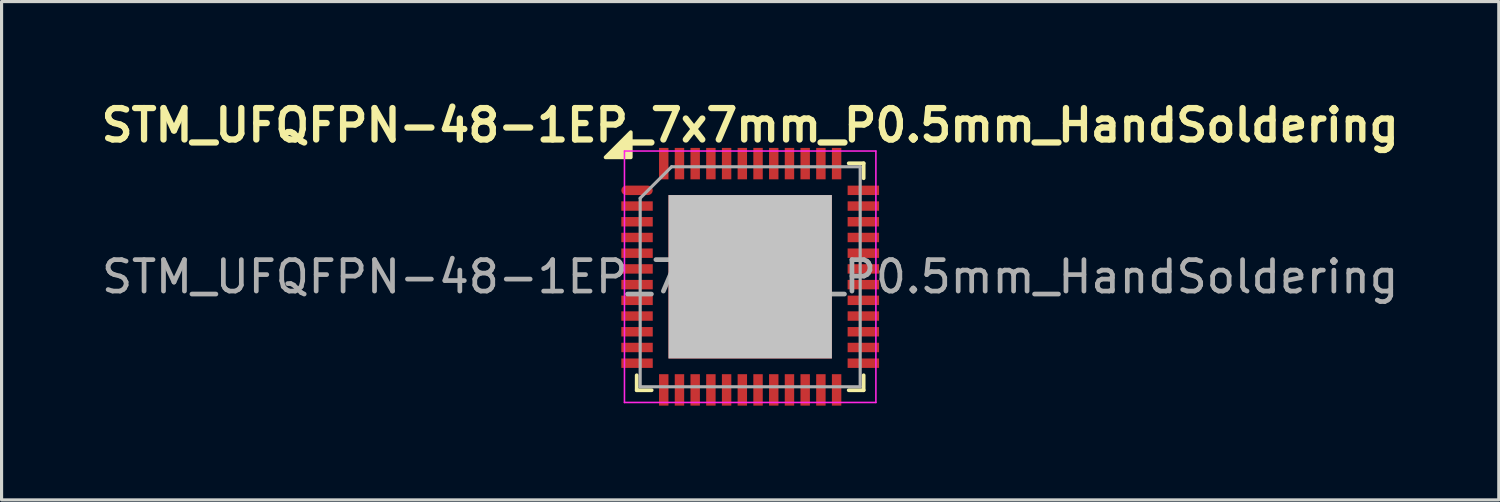
<source format=kicad_pcb>
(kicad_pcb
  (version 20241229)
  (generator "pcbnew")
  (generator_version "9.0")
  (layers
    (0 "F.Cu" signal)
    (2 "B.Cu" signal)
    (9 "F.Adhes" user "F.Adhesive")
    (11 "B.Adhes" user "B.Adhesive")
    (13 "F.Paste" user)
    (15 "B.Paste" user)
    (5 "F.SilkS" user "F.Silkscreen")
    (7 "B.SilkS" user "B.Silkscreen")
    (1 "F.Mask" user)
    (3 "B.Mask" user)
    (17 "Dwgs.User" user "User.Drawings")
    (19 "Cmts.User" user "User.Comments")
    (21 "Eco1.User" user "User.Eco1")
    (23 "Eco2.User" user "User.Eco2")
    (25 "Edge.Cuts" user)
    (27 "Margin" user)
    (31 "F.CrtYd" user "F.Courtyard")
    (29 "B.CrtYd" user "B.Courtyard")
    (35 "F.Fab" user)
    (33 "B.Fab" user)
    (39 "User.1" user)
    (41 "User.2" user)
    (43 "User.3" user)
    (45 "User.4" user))
  (footprint "STM_UFQFPN-48-1EP_7x7mm_P0.5mm_HandSoldering"
    (layer "F.Cu")
    (at 20.819 5.756)
    (property "Reference" "STM_UFQFPN-48-1EP_7x7mm_P0.5mm_HandSoldering" (at 0 -4.82 0) (layer "F.SilkS") (effects (font (size 1 1) (thickness 0.2))))
    (attr smd)
    (fp_line (start -3.61 3.61) (end -3.61 3.135) (stroke (width 0.12) (type solid)) (layer "F.SilkS"))
    (fp_line (start -3.135 3.61) (end -3.61 3.61) (stroke (width 0.12) (type solid)) (layer "F.SilkS"))
    (fp_line (start 3.135 -3.61) (end 3.61 -3.61) (stroke (width 0.12) (type solid)) (layer "F.SilkS"))
    (fp_line (start 3.135 3.61) (end 3.61 3.61) (stroke (width 0.12) (type solid)) (layer "F.SilkS"))
    (fp_line (start 3.61 -3.61) (end 3.61 -3.135) (stroke (width 0.12) (type solid)) (layer "F.SilkS"))
    (fp_line (start 3.61 3.61) (end 3.61 3.135) (stroke (width 0.12) (type solid)) (layer "F.SilkS"))
    (fp_poly (pts (xy -3.8 -3.8) (xy -4.6 -3.8) (xy -3.8 -4.6)) (stroke (width 0.12) (type solid)) (fill yes) (layer "F.SilkS"))
    (fp_line (start -4 -4) (end -4 4) (stroke (width 0.05) (type solid)) (layer "F.CrtYd"))
    (fp_line (start -4 4) (end 4 4) (stroke (width 0.05) (type solid)) (layer "F.CrtYd"))
    (fp_line (start 4 -4) (end -4 -4) (stroke (width 0.05) (type solid)) (layer "F.CrtYd"))
    (fp_line (start 4 4) (end 4 -4) (stroke (width 0.05) (type solid)) (layer "F.CrtYd"))
    (fp_line (start -3.5 -2.5) (end -2.5 -3.5) (stroke (width 0.1) (type solid)) (layer "F.Fab"))
    (fp_line (start -3.5 3.5) (end -3.5 -2.5) (stroke (width 0.1) (type solid)) (layer "F.Fab"))
    (fp_line (start -2.5 -3.5) (end 3.5 -3.5) (stroke (width 0.1) (type solid)) (layer "F.Fab"))
    (fp_line (start 3.5 -3.5) (end 3.5 3.5) (stroke (width 0.1) (type solid)) (layer "F.Fab"))
    (fp_line (start 3.5 3.5) (end -3.5 3.5) (stroke (width 0.1) (type solid)) (layer "F.Fab"))
    (fp_text user "${REFERENCE}" (at 0 0 0) (layer "F.Fab") (effects (font (size 1 1) (thickness 0.15))))
    (pad "" smd roundrect (at -2.04 -2.04) (size 1.1 1.1) (layers "F.Paste") (roundrect_rratio 0.227))
    (pad "" smd roundrect (at -2.04 -0.68) (size 1.1 1.1) (layers "F.Paste") (roundrect_rratio 0.227))
    (pad "" smd roundrect (at -2.04 0.68) (size 1.1 1.1) (layers "F.Paste") (roundrect_rratio 0.227))
    (pad "" smd roundrect (at -2.04 2.04) (size 1.1 1.1) (layers "F.Paste") (roundrect_rratio 0.227))
    (pad "" smd roundrect (at -0.68 -2.04) (size 1.1 1.1) (layers "F.Paste") (roundrect_rratio 0.227))
    (pad "" smd roundrect (at -0.68 -0.68) (size 1.1 1.1) (layers "F.Paste") (roundrect_rratio 0.227))
    (pad "" smd roundrect (at -0.68 0.68) (size 1.1 1.1) (layers "F.Paste") (roundrect_rratio 0.227))
    (pad "" smd roundrect (at -0.68 2.04) (size 1.1 1.1) (layers "F.Paste") (roundrect_rratio 0.227))
    (pad "" smd roundrect (at 0.68 -2.04) (size 1.1 1.1) (layers "F.Paste") (roundrect_rratio 0.227))
    (pad "" smd roundrect (at 0.68 -0.68) (size 1.1 1.1) (layers "F.Paste") (roundrect_rratio 0.227))
    (pad "" smd roundrect (at 0.68 0.68) (size 1.1 1.1) (layers "F.Paste") (roundrect_rratio 0.227))
    (pad "" smd roundrect (at 0.68 2.04) (size 1.1 1.1) (layers "F.Paste") (roundrect_rratio 0.227))
    (pad "" smd roundrect (at 2.04 -2.04) (size 1.1 1.1) (layers "F.Paste") (roundrect_rratio 0.227))
    (pad "" smd roundrect (at 2.04 -0.68) (size 1.1 1.1) (layers "F.Paste") (roundrect_rratio 0.227))
    (pad "" smd roundrect (at 2.04 0.68) (size 1.1 1.1) (layers "F.Paste") (roundrect_rratio 0.227))
    (pad "" smd roundrect (at 2.04 2.04) (size 1.1 1.1) (layers "F.Paste") (roundrect_rratio 0.227))
    (pad "1" smd roundrect (at -3.6 -2.75) (size 1 0.3) (layers "F.Cu" "F.Mask" "F.Paste") (roundrect_rratio 0.5))
    (pad "2" smd rect (at -3.6 -2.25) (size 1 0.3) (layers "F.Cu" "F.Mask" "F.Paste"))
    (pad "3" smd rect (at -3.6 -1.75) (size 1 0.3) (layers "F.Cu" "F.Mask" "F.Paste"))
    (pad "4" smd rect (at -3.6 -1.25) (size 1 0.3) (layers "F.Cu" "F.Mask" "F.Paste"))
    (pad "5" smd rect (at -3.6 -0.75) (size 1 0.3) (layers "F.Cu" "F.Mask" "F.Paste"))
    (pad "6" smd rect (at -3.6 -0.25) (size 1 0.3) (layers "F.Cu" "F.Mask" "F.Paste"))
    (pad "7" smd rect (at -3.6 0.25) (size 1 0.3) (layers "F.Cu" "F.Mask" "F.Paste"))
    (pad "8" smd rect (at -3.6 0.75) (size 1 0.3) (layers "F.Cu" "F.Mask" "F.Paste"))
    (pad "9" smd rect (at -3.6 1.25) (size 1 0.3) (layers "F.Cu" "F.Mask" "F.Paste"))
    (pad "10" smd rect (at -3.6 1.75) (size 1 0.3) (layers "F.Cu" "F.Mask" "F.Paste"))
    (pad "11" smd rect (at -3.6 2.25) (size 1 0.3) (layers "F.Cu" "F.Mask" "F.Paste"))
    (pad "12" smd rect (at -3.6 2.75) (size 1 0.3) (layers "F.Cu" "F.Mask" "F.Paste"))
    (pad "13" smd rect (at -2.75 3.6 90) (size 1 0.3) (layers "F.Cu" "F.Mask" "F.Paste"))
    (pad "14" smd rect (at -2.25 3.6 90) (size 1 0.3) (layers "F.Cu" "F.Mask" "F.Paste"))
    (pad "15" smd rect (at -1.75 3.6 90) (size 1 0.3) (layers "F.Cu" "F.Mask" "F.Paste"))
    (pad "16" smd rect (at -1.25 3.6 90) (size 1 0.3) (layers "F.Cu" "F.Mask" "F.Paste"))
    (pad "17" smd rect (at -0.75 3.6 90) (size 1 0.3) (layers "F.Cu" "F.Mask" "F.Paste"))
    (pad "18" smd rect (at -0.25 3.6 90) (size 1 0.3) (layers "F.Cu" "F.Mask" "F.Paste"))
    (pad "19" smd rect (at 0.25 3.6 90) (size 1 0.3) (layers "F.Cu" "F.Mask" "F.Paste"))
    (pad "20" smd rect (at 0.75 3.6 90) (size 1 0.3) (layers "F.Cu" "F.Mask" "F.Paste"))
    (pad "21" smd rect (at 1.25 3.6 90) (size 1 0.3) (layers "F.Cu" "F.Mask" "F.Paste"))
    (pad "22" smd rect (at 1.75 3.6 90) (size 1 0.3) (layers "F.Cu" "F.Mask" "F.Paste"))
    (pad "23" smd rect (at 2.25 3.6 90) (size 1 0.3) (layers "F.Cu" "F.Mask" "F.Paste"))
    (pad "24" smd rect (at 2.75 3.6 90) (size 1 0.3) (layers "F.Cu" "F.Mask" "F.Paste"))
    (pad "25" smd rect (at 3.6 2.75) (size 1 0.3) (layers "F.Cu" "F.Mask" "F.Paste"))
    (pad "26" smd rect (at 3.6 2.25) (size 1 0.3) (layers "F.Cu" "F.Mask" "F.Paste"))
    (pad "27" smd rect (at 3.6 1.75) (size 1 0.3) (layers "F.Cu" "F.Mask" "F.Paste"))
    (pad "28" smd rect (at 3.6 1.25) (size 1 0.3) (layers "F.Cu" "F.Mask" "F.Paste"))
    (pad "29" smd rect (at 3.6 0.75) (size 1 0.3) (layers "F.Cu" "F.Mask" "F.Paste"))
    (pad "30" smd rect (at 3.6 0.25) (size 1 0.3) (layers "F.Cu" "F.Mask" "F.Paste"))
    (pad "31" smd rect (at 3.6 -0.25) (size 1 0.3) (layers "F.Cu" "F.Mask" "F.Paste"))
    (pad "32" smd rect (at 3.6 -0.75) (size 1 0.3) (layers "F.Cu" "F.Mask" "F.Paste"))
    (pad "33" smd rect (at 3.6 -1.25) (size 1 0.3) (layers "F.Cu" "F.Mask" "F.Paste"))
    (pad "34" smd rect (at 3.6 -1.75) (size 1 0.3) (layers "F.Cu" "F.Mask" "F.Paste"))
    (pad "35" smd rect (at 3.6 -2.25) (size 1 0.3) (layers "F.Cu" "F.Mask" "F.Paste"))
    (pad "36" smd rect (at 3.6 -2.75) (size 1 0.3) (layers "F.Cu" "F.Mask" "F.Paste"))
    (pad "37" smd rect (at 2.75 -3.6 90) (size 1 0.3) (layers "F.Cu" "F.Mask" "F.Paste"))
    (pad "38" smd rect (at 2.25 -3.6 90) (size 1 0.3) (layers "F.Cu" "F.Mask" "F.Paste"))
    (pad "39" smd rect (at 1.75 -3.6 90) (size 1 0.3) (layers "F.Cu" "F.Mask" "F.Paste"))
    (pad "40" smd rect (at 1.25 -3.6 90) (size 1 0.3) (layers "F.Cu" "F.Mask" "F.Paste"))
    (pad "41" smd rect (at 0.75 -3.6 90) (size 1 0.3) (layers "F.Cu" "F.Mask" "F.Paste"))
    (pad "42" smd rect (at 0.25 -3.6 90) (size 1 0.3) (layers "F.Cu" "F.Mask" "F.Paste"))
    (pad "43" smd rect (at -0.25 -3.6 90) (size 1 0.3) (layers "F.Cu" "F.Mask" "F.Paste"))
    (pad "44" smd rect (at -0.75 -3.6 90) (size 1 0.3) (layers "F.Cu" "F.Mask" "F.Paste"))
    (pad "45" smd rect (at -1.25 -3.6 90) (size 1 0.3) (layers "F.Cu" "F.Mask" "F.Paste"))
    (pad "46" smd rect (at -1.75 -3.6 90) (size 1 0.3) (layers "F.Cu" "F.Mask" "F.Paste"))
    (pad "47" smd rect (at -2.25 -3.6 90) (size 1 0.3) (layers "F.Cu" "F.Mask" "F.Paste"))
    (pad "48" smd rect (at -2.75 -3.6 90) (size 1 0.3) (layers "F.Cu" "F.Mask" "F.Paste"))
    (pad "48" smd rect (at 0 0) (size 5.2 5.2) (layers "F.Cu" "F.Mask" "Dwgs.User")))
  (gr_rect
    (start -3 -3)
    (end 44.638 12.856)
    (stroke (width 0.1) (type default))
    (fill no)
    (layer "Edge.Cuts")))
</source>
